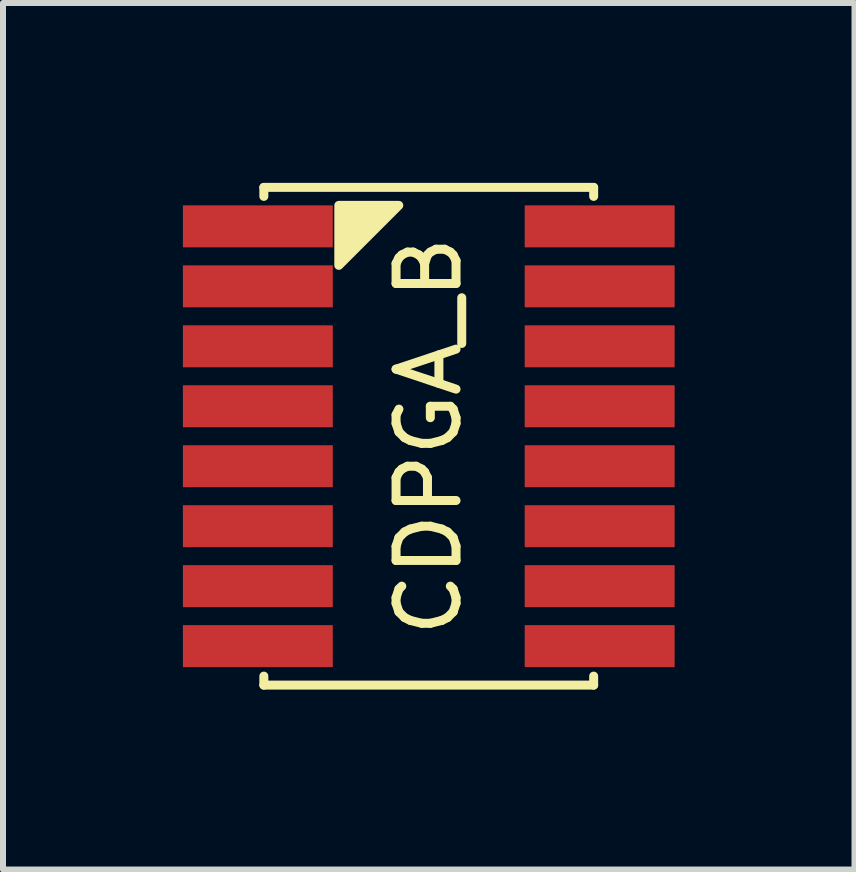
<source format=kicad_pcb>
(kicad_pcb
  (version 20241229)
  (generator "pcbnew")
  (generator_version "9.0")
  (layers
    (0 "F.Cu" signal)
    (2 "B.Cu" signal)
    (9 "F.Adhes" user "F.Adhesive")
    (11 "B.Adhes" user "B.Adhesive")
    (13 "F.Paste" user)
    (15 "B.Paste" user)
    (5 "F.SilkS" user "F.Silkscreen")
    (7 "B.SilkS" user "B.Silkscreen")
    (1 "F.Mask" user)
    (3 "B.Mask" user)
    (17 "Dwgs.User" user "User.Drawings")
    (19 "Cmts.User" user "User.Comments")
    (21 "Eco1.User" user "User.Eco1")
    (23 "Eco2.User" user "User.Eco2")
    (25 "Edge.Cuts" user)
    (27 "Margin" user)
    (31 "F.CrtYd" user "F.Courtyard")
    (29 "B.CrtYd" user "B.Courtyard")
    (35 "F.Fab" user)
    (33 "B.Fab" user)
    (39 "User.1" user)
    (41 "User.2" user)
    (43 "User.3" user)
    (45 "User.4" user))
  (footprint "CDPGA_B"
    (layer "F.Cu")
    (at 4.1 4.225)
    (property "Reference" "CDPGA_B" (at 0 0 90) (layer "F.SilkS") (effects (font (size 1 1) (thickness 0.15))))
    (attr through_hole)
    (fp_line (start -2.75 -4.15) (end -2.75 -4) (stroke (width 0.15) (type solid)) (layer "F.SilkS"))
    (fp_line (start -2.75 4.15) (end -2.75 4) (stroke (width 0.15) (type solid)) (layer "F.SilkS"))
    (fp_line (start -2.75 4.15) (end 2.75 4.15) (stroke (width 0.15) (type solid)) (layer "F.SilkS"))
    (fp_line (start 2.75 -4.15) (end -2.75 -4.15) (stroke (width 0.15) (type solid)) (layer "F.SilkS"))
    (fp_line (start 2.75 -4.15) (end 2.75 -4) (stroke (width 0.15) (type solid)) (layer "F.SilkS"))
    (fp_line (start 2.75 4.15) (end 2.75 4) (stroke (width 0.15) (type solid)) (layer "F.SilkS"))
    (fp_poly (pts (xy -1.5 -3.85) (xy -1.5 -2.85) (xy -0.5 -3.85)) (stroke (width 0.15) (type solid)) (fill yes) (layer "F.SilkS"))
    (pad "1" smd rect (at -2.85 -3.5) (size 2.5 0.7) (layers "F.Cu" "F.Mask" "F.Paste"))
    (pad "2" smd rect (at -2.85 -2.5) (size 2.5 0.7) (layers "F.Cu" "F.Mask" "F.Paste"))
    (pad "3" smd rect (at -2.85 -1.5) (size 2.5 0.7) (layers "F.Cu" "F.Mask" "F.Paste"))
    (pad "4" smd rect (at -2.85 -0.5) (size 2.5 0.7) (layers "F.Cu" "F.Mask" "F.Paste"))
    (pad "5" smd rect (at -2.85 0.5) (size 2.5 0.7) (layers "F.Cu" "F.Mask" "F.Paste"))
    (pad "6" smd rect (at -2.85 1.5) (size 2.5 0.7) (layers "F.Cu" "F.Mask" "F.Paste"))
    (pad "7" smd rect (at -2.85 2.5) (size 2.5 0.7) (layers "F.Cu" "F.Mask" "F.Paste"))
    (pad "8" smd rect (at -2.85 3.5) (size 2.5 0.7) (layers "F.Cu" "F.Mask" "F.Paste"))
    (pad "9" smd rect (at 2.85 3.5) (size 2.5 0.7) (layers "F.Cu" "F.Mask" "F.Paste"))
    (pad "10" smd rect (at 2.85 2.5) (size 2.5 0.7) (layers "F.Cu" "F.Mask" "F.Paste"))
    (pad "11" smd rect (at 2.85 1.5) (size 2.5 0.7) (layers "F.Cu" "F.Mask" "F.Paste"))
    (pad "12" smd rect (at 2.85 0.5) (size 2.5 0.7) (layers "F.Cu" "F.Mask" "F.Paste"))
    (pad "13" smd rect (at 2.85 -0.5) (size 2.5 0.7) (layers "F.Cu" "F.Mask" "F.Paste"))
    (pad "14" smd rect (at 2.85 -1.5) (size 2.5 0.7) (layers "F.Cu" "F.Mask" "F.Paste"))
    (pad "15" smd rect (at 2.85 -2.5) (size 2.5 0.7) (layers "F.Cu" "F.Mask" "F.Paste"))
    (pad "16" smd rect (at 2.85 -3.5) (size 2.5 0.7) (layers "F.Cu" "F.Mask" "F.Paste")))
  (gr_rect
    (start -3 -3)
    (end 11.2 11.45)
    (stroke (width 0.1) (type default))
    (fill no)
    (layer "Edge.Cuts")))
</source>
